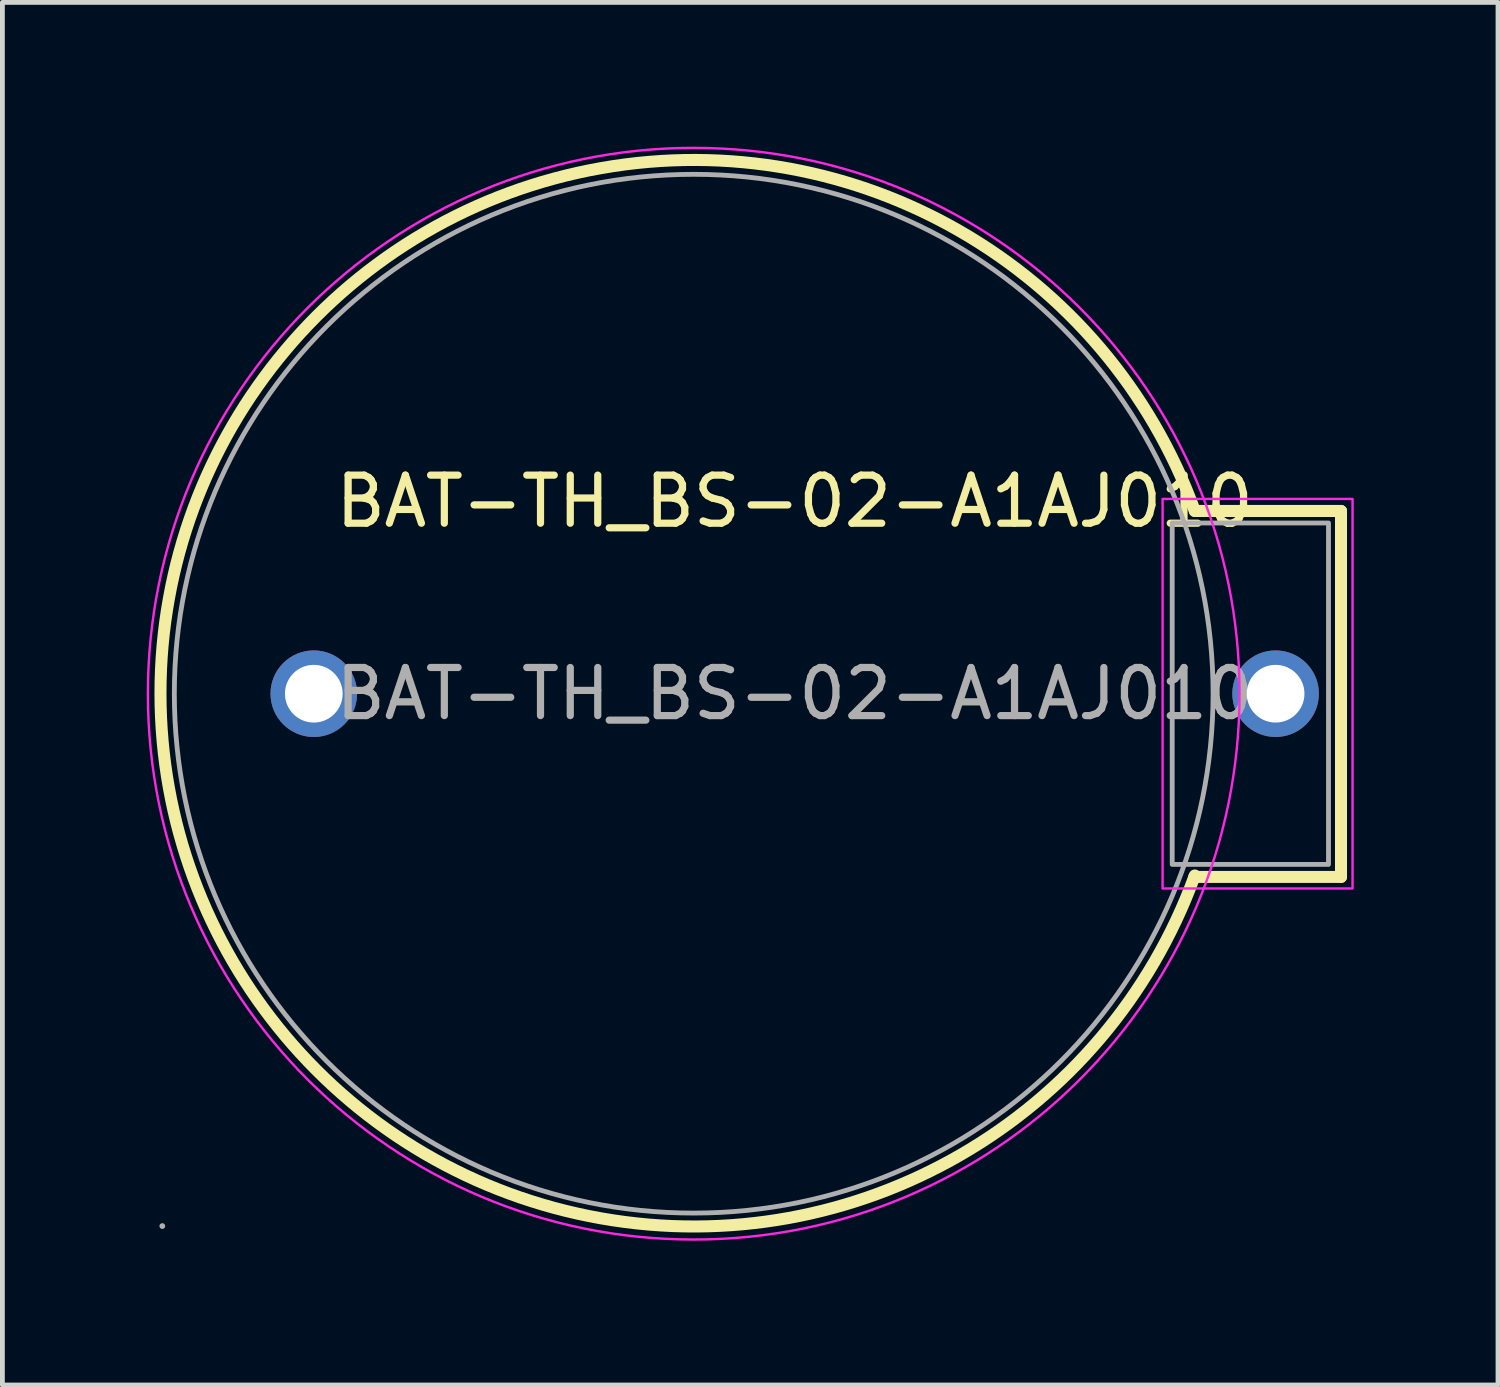
<source format=kicad_pcb>
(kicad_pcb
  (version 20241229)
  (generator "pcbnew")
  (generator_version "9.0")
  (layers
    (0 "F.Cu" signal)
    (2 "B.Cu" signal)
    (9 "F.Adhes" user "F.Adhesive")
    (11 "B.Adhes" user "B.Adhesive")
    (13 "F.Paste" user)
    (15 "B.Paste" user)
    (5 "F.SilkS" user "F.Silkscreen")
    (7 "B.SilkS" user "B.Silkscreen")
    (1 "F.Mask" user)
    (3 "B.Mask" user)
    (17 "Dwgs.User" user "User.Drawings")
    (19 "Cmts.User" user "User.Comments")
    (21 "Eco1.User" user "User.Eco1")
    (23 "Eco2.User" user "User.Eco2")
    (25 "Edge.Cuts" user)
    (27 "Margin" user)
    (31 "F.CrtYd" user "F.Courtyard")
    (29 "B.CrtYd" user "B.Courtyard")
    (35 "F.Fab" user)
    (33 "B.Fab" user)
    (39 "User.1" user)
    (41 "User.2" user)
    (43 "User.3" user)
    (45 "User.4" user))
  (footprint "BAT-TH_BS-02-A1AJ010"
    (layer "F.Cu")
    (at 13.475 11.375)
    (property "Reference" "BAT-TH_BS-02-A1AJ010" (at 0 -4 0) (layer "F.SilkS") (effects (font (size 1 1) (thickness 0.15))))
    (attr through_hole)
    (fp_line (start 8.32 -3.8) (end 11.36 -3.8) (stroke (width 0.25) (type solid)) (layer "F.SilkS"))
    (fp_line (start 11.36 -3.8) (end 11.36 3.81) (stroke (width 0.25) (type solid)) (layer "F.SilkS"))
    (fp_line (start 11.36 3.81) (end 8.31 3.81) (stroke (width 0.25) (type solid)) (layer "F.SilkS"))
    (fp_arc (start 8.32 3.78) (mid -13.187854 -0.010488) (end 8.320334 -3.799083) (stroke (width 0.25) (type solid)) (layer "F.SilkS"))
    (fp_rect (start 7.65 -4.05) (end 11.6 4.05) (stroke (width 0.05) (type default)) (fill no) (layer "F.CrtYd"))
    (fp_circle (center -2.1 0) (end -2.1 -11.35) (stroke (width 0.05) (type default)) (fill no) (layer "F.CrtYd"))
    (fp_rect (start 7.85 -3.55) (end 11.1 3.55) (stroke (width 0.1) (type default)) (fill no) (layer "F.Fab"))
    (fp_circle (center -13.15 11.07) (end -13.12 11.07) (stroke (width 0.06) (type solid)) (fill no) (layer "F.Fab"))
    (fp_circle (center -2.1 0) (end 8.7 0) (stroke (width 0.1) (type default)) (fill no) (layer "F.Fab"))
    (fp_text user "${REFERENCE}" (at 0 0 0) (layer "F.Fab") (effects (font (size 1 1) (thickness 0.15))))
    (pad "1" thru_hole circle (at -10 0) (size 1.8 1.8) (drill 1.2) (layers "*.Cu" "*.Mask"))
    (pad "2" thru_hole circle (at 10 0) (size 1.8 1.8) (drill 1.2) (layers "*.Cu" "*.Mask")))
  (gr_rect
    (start -3 -3)
    (end 28.1 25.75)
    (stroke (width 0.1) (type default))
    (fill no)
    (layer "Edge.Cuts")))
</source>
